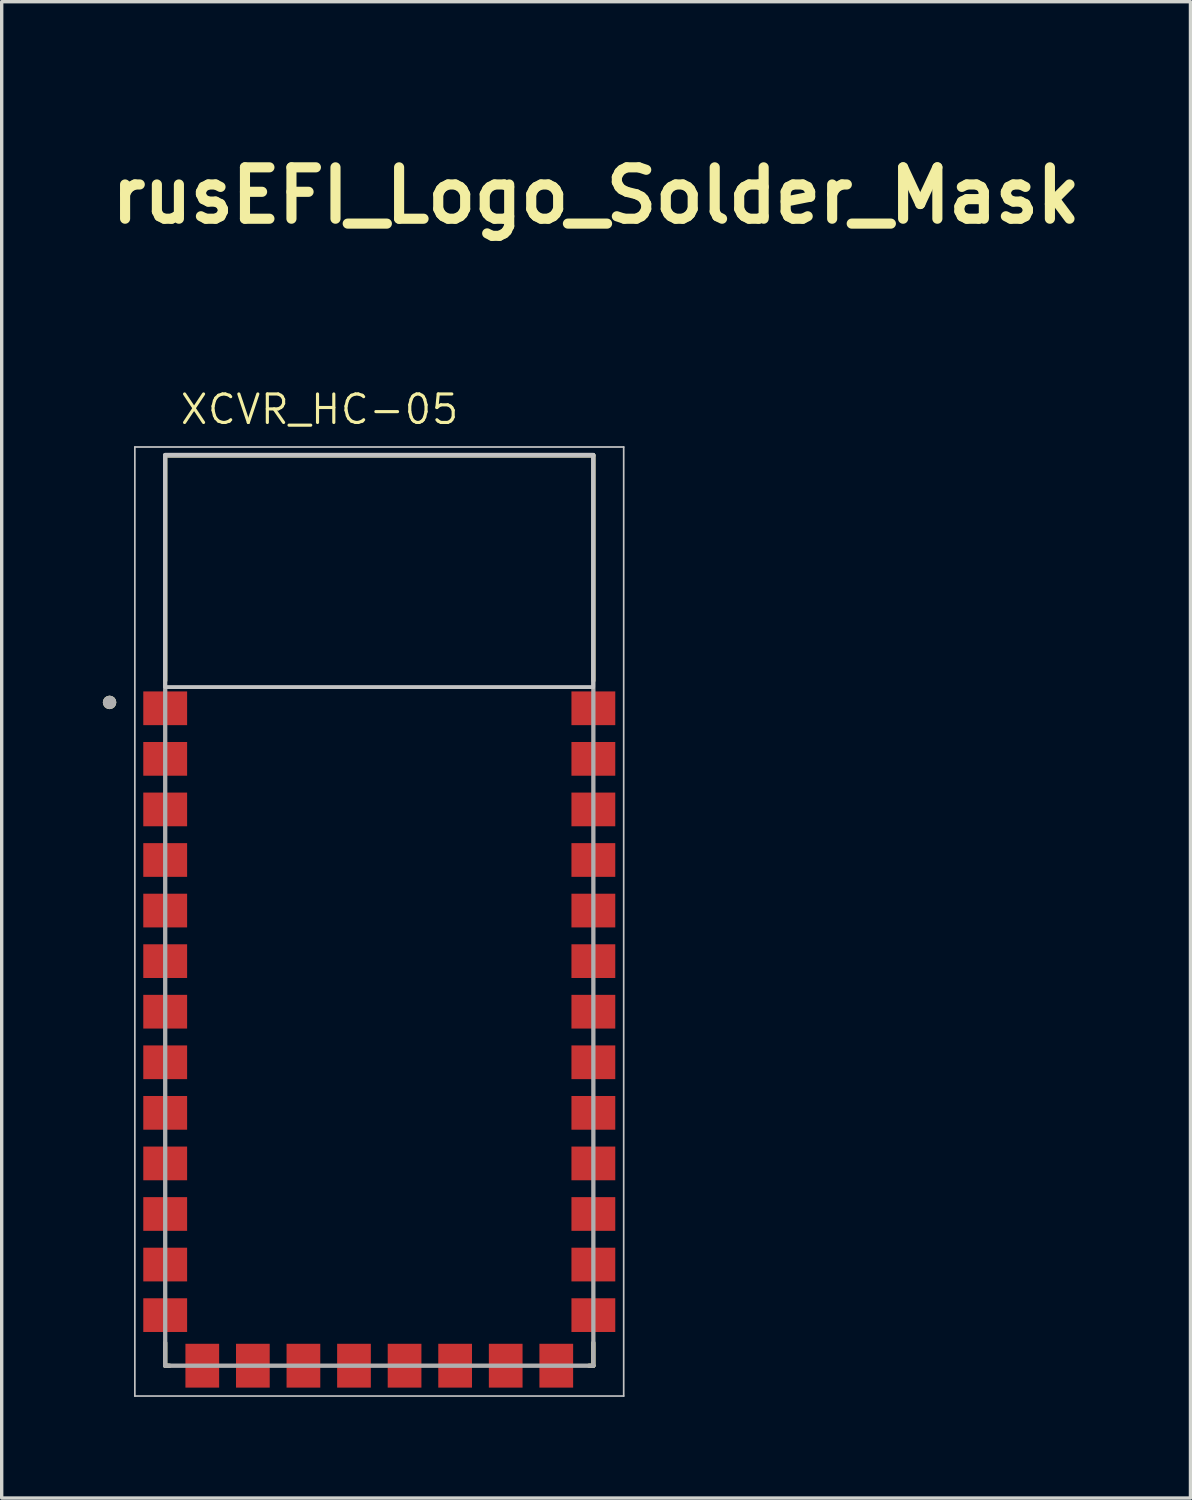
<source format=kicad_pcb>
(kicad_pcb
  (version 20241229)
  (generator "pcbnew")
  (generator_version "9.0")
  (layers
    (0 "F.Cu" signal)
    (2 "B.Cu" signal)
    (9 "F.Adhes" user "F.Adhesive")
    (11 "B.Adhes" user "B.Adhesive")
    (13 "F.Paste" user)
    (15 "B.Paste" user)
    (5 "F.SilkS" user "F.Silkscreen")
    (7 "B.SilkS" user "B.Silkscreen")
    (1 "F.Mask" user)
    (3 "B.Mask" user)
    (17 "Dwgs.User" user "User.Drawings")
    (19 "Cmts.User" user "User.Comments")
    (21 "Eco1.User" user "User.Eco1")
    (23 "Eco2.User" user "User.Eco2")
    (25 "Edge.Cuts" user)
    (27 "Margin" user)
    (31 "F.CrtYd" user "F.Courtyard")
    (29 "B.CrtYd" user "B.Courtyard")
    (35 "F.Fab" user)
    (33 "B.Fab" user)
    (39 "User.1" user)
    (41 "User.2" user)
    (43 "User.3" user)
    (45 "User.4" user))
  (footprint "rusEFI_Logo_Solder_Mask"
    (layer "F.Cu")
    (at 14.63 2.748)
    (property "Reference" "rusEFI_Logo_Solder_Mask" (at 0 0 0) (layer "F.SilkS") (effects (font (size 1.524 1.524) (thickness 0.3))))
    (attr through_hole)
    (fp_poly (pts (xy 13.106 2.709) (xy 11.955 2.709) (xy 11.955 -2.54) (xy 12.124 -2.54) (xy 12.124 -0.023) (xy 12.125 0.384) (xy 12.125 0.772) (xy 12.127 1.134) (xy 12.129 1.465) (xy 12.131 1.761) (xy 12.134 2.016) (xy 12.136 2.224) (xy 12.14 2.381) (xy 12.143 2.48) (xy 12.147 2.517) (xy 12.147 2.517) (xy 12.188 2.527) (xy 12.282 2.534) (xy 12.414 2.539) (xy 12.536 2.54) (xy 12.903 2.54) (xy 12.903 -2.54) (xy 12.124 -2.54) (xy 11.955 -2.54) (xy 11.955 -2.743) (xy 13.106 -2.743) (xy 13.106 2.709)) (stroke (width 0.01) (type solid)) (fill yes) (layer "F.Mask"))
    (fp_poly (pts (xy 11.345 -1.592) (xy 7.552 -1.592) (xy 7.552 -0.576) (xy 10.736 -0.576) (xy 10.736 0.576) (xy 7.552 0.576) (xy 7.552 2.709) (xy 6.401 2.709) (xy 6.402 -2.31) (xy 6.604 -2.31) (xy 6.604 2.54) (xy 7.349 2.54) (xy 7.349 0.373) (xy 10.533 0.373) (xy 10.533 -0.406) (xy 7.349 -0.406) (xy 7.349 -1.795) (xy 11.176 -1.795) (xy 11.176 -2.54) (xy 6.834 -2.54) (xy 6.719 -2.425) (xy 6.604 -2.31) (xy 6.402 -2.31) (xy 6.402 -2.32) (xy 6.478 -2.455) (xy 6.594 -2.595) (xy 6.704 -2.667) (xy 6.855 -2.743) (xy 11.345 -2.743) (xy 11.345 -1.592)) (stroke (width 0.01) (type solid)) (fill yes) (layer "F.Mask"))
    (fp_poly (pts (xy -9.584 -0.305) (xy -10.676 -0.305) (xy -10.981 -0.303) (xy -11.254 -0.3) (xy -11.488 -0.295) (xy -11.677 -0.288) (xy -11.814 -0.28) (xy -11.89 -0.271) (xy -11.895 -0.269) (xy -11.949 -0.254) (xy -11.994 -0.237) (xy -12.031 -0.213) (xy -12.06 -0.175) (xy -12.082 -0.117) (xy -12.099 -0.033) (xy -12.11 0.082) (xy -12.117 0.236) (xy -12.122 0.433) (xy -12.124 0.681) (xy -12.124 0.985) (xy -12.124 1.311) (xy -12.124 2.709) (xy -13.14 2.709) (xy -13.14 1.322) (xy -13.139 0.917) (xy -13.136 0.567) (xy -13.131 0.276) (xy -13.124 0.044) (xy -13.115 -0.125) (xy -13.105 -0.23) (xy -13.102 -0.244) (xy -13.01 -0.528) (xy -12.864 -0.773) (xy -12.666 -0.975) (xy -12.418 -1.132) (xy -12.189 -1.223) (xy -12.128 -1.24) (xy -12.063 -1.254) (xy -11.987 -1.265) (xy -11.89 -1.273) (xy -11.765 -1.279) (xy -11.605 -1.283) (xy -11.402 -1.285) (xy -11.148 -1.287) (xy -10.835 -1.287) (xy -10.784 -1.287) (xy -9.584 -1.287) (xy -9.584 -0.305)) (stroke (width 0.01) (type solid)) (fill yes) (layer "F.Mask"))
    (fp_poly (pts (xy -8.094 -0.171) (xy -8.093 0.145) (xy -8.09 0.429) (xy -8.084 0.675) (xy -8.077 0.875) (xy -8.069 1.023) (xy -8.059 1.11) (xy -8.058 1.114) (xy -7.985 1.315) (xy -7.862 1.489) (xy -7.705 1.619) (xy -7.68 1.633) (xy -7.634 1.656) (xy -7.588 1.674) (xy -7.532 1.688) (xy -7.457 1.698) (xy -7.356 1.705) (xy -7.219 1.711) (xy -7.038 1.715) (xy -6.804 1.718) (xy -6.596 1.721) (xy -5.656 1.731) (xy -5.656 -1.287) (xy -4.64 -1.287) (xy -4.64 0.509) (xy -4.64 0.92) (xy -4.64 1.268) (xy -4.642 1.561) (xy -4.645 1.802) (xy -4.65 1.998) (xy -4.657 2.154) (xy -4.668 2.276) (xy -4.682 2.369) (xy -4.701 2.44) (xy -4.724 2.494) (xy -4.753 2.535) (xy -4.787 2.571) (xy -4.827 2.606) (xy -4.841 2.618) (xy -4.95 2.709) (xy -6.276 2.707) (xy -6.635 2.706) (xy -6.931 2.704) (xy -7.173 2.7) (xy -7.367 2.695) (xy -7.518 2.689) (xy -7.634 2.68) (xy -7.72 2.669) (xy -7.784 2.656) (xy -7.786 2.656) (xy -8.106 2.536) (xy -8.393 2.36) (xy -8.64 2.134) (xy -8.84 1.865) (xy -8.982 1.572) (xy -9.001 1.519) (xy -9.016 1.465) (xy -9.029 1.405) (xy -9.039 1.329) (xy -9.046 1.232) (xy -9.053 1.106) (xy -9.057 0.944) (xy -9.061 0.738) (xy -9.064 0.481) (xy -9.067 0.167) (xy -9.069 0.042) (xy -9.081 -1.287) (xy -8.094 -1.287) (xy -8.094 -0.171)) (stroke (width 0.01) (type solid)) (fill yes) (layer "F.Mask"))
    (fp_poly (pts (xy -0.406 -0.305) (xy -1.583 -0.304) (xy -1.862 -0.304) (xy -2.121 -0.302) (xy -2.353 -0.299) (xy -2.549 -0.296) (xy -2.701 -0.292) (xy -2.8 -0.288) (xy -2.835 -0.284) (xy -2.91 -0.234) (xy -2.936 -0.152) (xy -2.913 -0.069) (xy -2.9 -0.048) (xy -2.878 -0.032) (xy -2.842 -0.02) (xy -2.782 -0.011) (xy -2.69 -0.006) (xy -2.56 -0.002) (xy -2.382 -0.001) (xy -2.149 -0.000049) (xy -1.987 0) (xy -1.691 0.001) (xy -1.455 0.004) (xy -1.268 0.01) (xy -1.123 0.018) (xy -1.011 0.03) (xy -0.923 0.046) (xy -0.896 0.052) (xy -0.625 0.156) (xy -0.393 0.312) (xy -0.203 0.516) (xy -0.061 0.76) (xy 0.03 1.04) (xy 0.062 1.29) (xy 0.054 1.584) (xy -0.000218 1.842) (xy -0.106 2.075) (xy -0.157 2.157) (xy -0.284 2.318) (xy -0.43 2.446) (xy -0.616 2.558) (xy -0.703 2.601) (xy -0.897 2.692) (xy -3.895 2.712) (xy -3.895 1.727) (xy -2.538 1.727) (xy -2.18 1.727) (xy -1.883 1.726) (xy -1.641 1.723) (xy -1.449 1.718) (xy -1.3 1.71) (xy -1.187 1.697) (xy -1.105 1.68) (xy -1.047 1.657) (xy -1.007 1.628) (xy -0.98 1.591) (xy -0.958 1.547) (xy -0.949 1.525) (xy -0.92 1.383) (xy -0.941 1.24) (xy -1.006 1.12) (xy -1.034 1.092) (xy -1.063 1.068) (xy -1.096 1.05) (xy -1.141 1.037) (xy -1.206 1.027) (xy -1.301 1.021) (xy -1.435 1.018) (xy -1.616 1.016) (xy -1.853 1.016) (xy -1.941 1.016) (xy -2.184 1.014) (xy -2.418 1.01) (xy -2.63 1.003) (xy -2.806 0.995) (xy -2.934 0.986) (xy -2.979 0.98) (xy -3.251 0.905) (xy -3.483 0.775) (xy -3.676 0.59) (xy -3.83 0.35) (xy -3.833 0.343) (xy -3.885 0.187) (xy -3.912 -0.009) (xy -3.915 -0.22) (xy -3.894 -0.422) (xy -3.849 -0.592) (xy -3.838 -0.616) (xy -3.701 -0.837) (xy -3.513 -1.025) (xy -3.289 -1.167) (xy -3.277 -1.172) (xy -3.065 -1.27) (xy -1.736 -1.28) (xy -0.406 -1.29) (xy -0.406 -0.305)) (stroke (width 0.01) (type solid)) (fill yes) (layer "F.Mask"))
    (fp_poly (pts (xy 5.656 -1.592) (xy 1.863 -1.592) (xy 1.863 -0.576) (xy 5.046 -0.576) (xy 5.046 0.576) (xy 1.863 0.576) (xy 1.863 0.992) (xy 1.865 1.183) (xy 1.872 1.319) (xy 1.886 1.41) (xy 1.907 1.469) (xy 1.915 1.483) (xy 1.968 1.558) (xy 5.656 1.558) (xy 5.656 2.709) (xy 3.751 2.707) (xy 3.311 2.706) (xy 2.934 2.704) (xy 2.617 2.702) (xy 2.355 2.698) (xy 2.143 2.694) (xy 1.977 2.688) (xy 1.854 2.681) (xy 1.768 2.673) (xy 1.715 2.663) (xy 1.71 2.662) (xy 1.421 2.538) (xy 1.173 2.366) (xy 0.973 2.15) (xy 0.825 1.896) (xy 0.765 1.73) (xy 0.753 1.682) (xy 0.743 1.623) (xy 0.735 1.546) (xy 0.728 1.446) (xy 0.723 1.317) (xy 0.719 1.154) (xy 0.716 0.951) (xy 0.714 0.703) (xy 0.712 0.404) (xy 0.712 0.049) (xy 0.712 -0.369) (xy 0.712 -0.387) (xy 0.712 -1.098) (xy 0.919 -1.098) (xy 0.92 -0.705) (xy 0.922 -0.287) (xy 0.924 0.127) (xy 0.926 0.478) (xy 0.928 0.773) (xy 0.93 1.017) (xy 0.933 1.215) (xy 0.937 1.373) (xy 0.942 1.497) (xy 0.948 1.592) (xy 0.956 1.663) (xy 0.965 1.717) (xy 0.976 1.758) (xy 0.989 1.792) (xy 1.005 1.826) (xy 1.008 1.831) (xy 1.16 2.067) (xy 1.362 2.261) (xy 1.604 2.408) (xy 1.875 2.499) (xy 1.897 2.503) (xy 1.96 2.509) (xy 2.084 2.514) (xy 2.261 2.519) (xy 2.485 2.522) (xy 2.748 2.525) (xy 3.042 2.527) (xy 3.362 2.528) (xy 3.699 2.528) (xy 3.759 2.528) (xy 5.469 2.523) (xy 5.489 1.761) (xy 3.735 1.761) (xy 3.319 1.76) (xy 2.966 1.759) (xy 2.671 1.756) (xy 2.432 1.753) (xy 2.242 1.748) (xy 2.098 1.743) (xy 1.995 1.736) (xy 1.929 1.727) (xy 1.898 1.718) (xy 1.823 1.662) (xy 1.748 1.577) (xy 1.737 1.561) (xy 1.707 1.513) (xy 1.687 1.463) (xy 1.673 1.399) (xy 1.665 1.308) (xy 1.661 1.178) (xy 1.66 0.997) (xy 1.659 0.909) (xy 1.659 0.373) (xy 4.843 0.373) (xy 4.843 -0.408) (xy 3.251 -0.399) (xy 1.659 -0.389) (xy 1.659 -1.795) (xy 5.486 -1.795) (xy 5.486 -2.54) (xy 3.334 -2.54) (xy 2.884 -2.54) (xy 2.496 -2.54) (xy 2.166 -2.539) (xy 1.89 -2.537) (xy 1.661 -2.533) (xy 1.476 -2.528) (xy 1.329 -2.52) (xy 1.215 -2.51) (xy 1.13 -2.496) (xy 1.069 -2.479) (xy 1.026 -2.458) (xy 0.997 -2.433) (xy 0.977 -2.403) (xy 0.961 -2.369) (xy 0.952 -2.346) (xy 0.943 -2.304) (xy 0.935 -2.222) (xy 0.929 -2.097) (xy 0.925 -1.926) (xy 0.922 -1.705) (xy 0.92 -1.43) (xy 0.919 -1.098) (xy 0.712 -1.098) (xy 0.712 -2.32) (xy 0.788 -2.455) (xy 0.904 -2.595) (xy 1.015 -2.667) (xy 1.166 -2.743) (xy 5.656 -2.743) (xy 5.656 -1.592)) (stroke (width 0.01) (type solid)) (fill yes) (layer "F.Mask")))
  (footprint "XCVR_HC-05"
    (layer "F.Cu")
    (at 8.2 24.284)
    (property "Reference" "XCVR_HC-05" (at -5.957 -14.695 180) (layer "F.SilkS") (effects (font (size 0.845 0.845) (thickness 0.093)) (justify left bottom)))
    (attr through_hole)
    (fp_line (start -6.35 -13.825) (end 6.35 -13.825) (stroke (width 0.127) (type solid)) (layer "F.SilkS"))
    (fp_line (start -6.35 -7.145) (end -6.35 -13.825) (stroke (width 0.127) (type solid)) (layer "F.SilkS"))
    (fp_line (start -6.35 12.495) (end -6.35 13.175) (stroke (width 0.127) (type solid)) (layer "F.SilkS"))
    (fp_line (start -6.35 13.175) (end -6.22 13.175) (stroke (width 0.127) (type solid)) (layer "F.SilkS"))
    (fp_line (start 6.22 13.175) (end 6.35 13.175) (stroke (width 0.127) (type solid)) (layer "F.SilkS"))
    (fp_line (start 6.35 -13.825) (end 6.35 -7.145) (stroke (width 0.127) (type solid)) (layer "F.SilkS"))
    (fp_line (start 6.35 13.175) (end 6.35 12.495) (stroke (width 0.127) (type solid)) (layer "F.SilkS"))
    (fp_circle (center -8 -6.5) (end -7.9 -6.5) (stroke (width 0.2) (type solid)) (fill no) (layer "F.SilkS"))
    (fp_line (start -7.25 -14.075) (end 7.25 -14.075) (stroke (width 0.05) (type solid)) (layer "Dwgs.User"))
    (fp_line (start -7.25 14.075) (end -7.25 -14.075) (stroke (width 0.05) (type solid)) (layer "Dwgs.User"))
    (fp_line (start 7.25 -14.075) (end 7.25 14.075) (stroke (width 0.05) (type solid)) (layer "Dwgs.User"))
    (fp_line (start 7.25 14.075) (end -7.25 14.075) (stroke (width 0.05) (type solid)) (layer "Dwgs.User"))
    (fp_poly (pts (xy -6.35 -6.95) (xy 6.35 -6.95) (xy 6.35 -13.85) (xy -6.35 -13.85)) (stroke (width 0.1) (type solid)) (fill no) (layer "Dwgs.User"))
    (fp_poly (pts (xy -6.35 -6.95) (xy 6.35 -6.95) (xy 6.35 -13.85) (xy -6.35 -13.85)) (stroke (width 0.1) (type solid)) (fill no) (layer "Dwgs.User"))
    (fp_poly (pts (xy -6.35 -6.95) (xy 6.35 -6.95) (xy 6.35 -13.85) (xy -6.35 -13.85)) (stroke (width 0.1) (type solid)) (fill no) (layer "Dwgs.User"))
    (fp_line (start -6.35 -13.825) (end 6.35 -13.825) (stroke (width 0.127) (type solid)) (layer "F.Fab"))
    (fp_line (start -6.35 13.175) (end -6.35 -13.825) (stroke (width 0.127) (type solid)) (layer "F.Fab"))
    (fp_line (start 6.35 -13.825) (end 6.35 13.175) (stroke (width 0.127) (type solid)) (layer "F.Fab"))
    (fp_line (start 6.35 13.175) (end -6.35 13.175) (stroke (width 0.127) (type solid)) (layer "F.Fab"))
    (fp_circle (center -8 -6.5) (end -7.9 -6.5) (stroke (width 0.2) (type solid)) (fill no) (layer "F.Fab"))
    (pad "1" smd rect (at -6.35 -6.325) (size 1.3 1) (layers "F.Cu" "F.Mask" "F.Paste"))
    (pad "2" smd rect (at -6.35 -4.825) (size 1.3 1) (layers "F.Cu" "F.Mask" "F.Paste"))
    (pad "3" smd rect (at -6.35 -3.325) (size 1.3 1) (layers "F.Cu" "F.Mask" "F.Paste"))
    (pad "4" smd rect (at -6.35 -1.825) (size 1.3 1) (layers "F.Cu" "F.Mask" "F.Paste"))
    (pad "5" smd rect (at -6.35 -0.325) (size 1.3 1) (layers "F.Cu" "F.Mask" "F.Paste"))
    (pad "6" smd rect (at -6.35 1.175) (size 1.3 1) (layers "F.Cu" "F.Mask" "F.Paste"))
    (pad "7" smd rect (at -6.35 2.675) (size 1.3 1) (layers "F.Cu" "F.Mask" "F.Paste"))
    (pad "8" smd rect (at -6.35 4.175) (size 1.3 1) (layers "F.Cu" "F.Mask" "F.Paste"))
    (pad "9" smd rect (at -6.35 5.675) (size 1.3 1) (layers "F.Cu" "F.Mask" "F.Paste"))
    (pad "10" smd rect (at -6.35 7.175) (size 1.3 1) (layers "F.Cu" "F.Mask" "F.Paste"))
    (pad "11" smd rect (at -6.35 8.675) (size 1.3 1) (layers "F.Cu" "F.Mask" "F.Paste"))
    (pad "12" smd rect (at -6.35 10.175) (size 1.3 1) (layers "F.Cu" "F.Mask" "F.Paste"))
    (pad "13" smd rect (at -6.35 11.675) (size 1.3 1) (layers "F.Cu" "F.Mask" "F.Paste"))
    (pad "14" smd rect (at -5.25 13.175 90) (size 1.3 1) (layers "F.Cu" "F.Mask" "F.Paste"))
    (pad "15" smd rect (at -3.75 13.175 90) (size 1.3 1) (layers "F.Cu" "F.Mask" "F.Paste"))
    (pad "16" smd rect (at -2.25 13.175 90) (size 1.3 1) (layers "F.Cu" "F.Mask" "F.Paste"))
    (pad "17" smd rect (at -0.75 13.175 90) (size 1.3 1) (layers "F.Cu" "F.Mask" "F.Paste"))
    (pad "18" smd rect (at 0.75 13.175 90) (size 1.3 1) (layers "F.Cu" "F.Mask" "F.Paste"))
    (pad "19" smd rect (at 2.25 13.175 90) (size 1.3 1) (layers "F.Cu" "F.Mask" "F.Paste"))
    (pad "20" smd rect (at 3.75 13.175 90) (size 1.3 1) (layers "F.Cu" "F.Mask" "F.Paste"))
    (pad "21" smd rect (at 5.25 13.175 90) (size 1.3 1) (layers "F.Cu" "F.Mask" "F.Paste"))
    (pad "22" smd rect (at 6.35 11.675 180) (size 1.3 1) (layers "F.Cu" "F.Mask" "F.Paste"))
    (pad "23" smd rect (at 6.35 10.175 180) (size 1.3 1) (layers "F.Cu" "F.Mask" "F.Paste"))
    (pad "24" smd rect (at 6.35 8.675 180) (size 1.3 1) (layers "F.Cu" "F.Mask" "F.Paste"))
    (pad "25" smd rect (at 6.35 7.175 180) (size 1.3 1) (layers "F.Cu" "F.Mask" "F.Paste"))
    (pad "26" smd rect (at 6.35 5.675 180) (size 1.3 1) (layers "F.Cu" "F.Mask" "F.Paste"))
    (pad "27" smd rect (at 6.35 4.175 180) (size 1.3 1) (layers "F.Cu" "F.Mask" "F.Paste"))
    (pad "28" smd rect (at 6.35 2.675 180) (size 1.3 1) (layers "F.Cu" "F.Mask" "F.Paste"))
    (pad "29" smd rect (at 6.35 1.175 180) (size 1.3 1) (layers "F.Cu" "F.Mask" "F.Paste"))
    (pad "30" smd rect (at 6.35 -0.325 180) (size 1.3 1) (layers "F.Cu" "F.Mask" "F.Paste"))
    (pad "31" smd rect (at 6.35 -1.825 180) (size 1.3 1) (layers "F.Cu" "F.Mask" "F.Paste"))
    (pad "32" smd rect (at 6.35 -3.325 180) (size 1.3 1) (layers "F.Cu" "F.Mask" "F.Paste"))
    (pad "33" smd rect (at 6.35 -4.825 180) (size 1.3 1) (layers "F.Cu" "F.Mask" "F.Paste"))
    (pad "34" smd rect (at 6.35 -6.325 180) (size 1.3 1) (layers "F.Cu" "F.Mask" "F.Paste")))
  (gr_rect
    (start -3 -3)
    (end 32.261 41.384)
    (stroke (width 0.1) (type default))
    (fill no)
    (layer "Edge.Cuts")))
</source>
